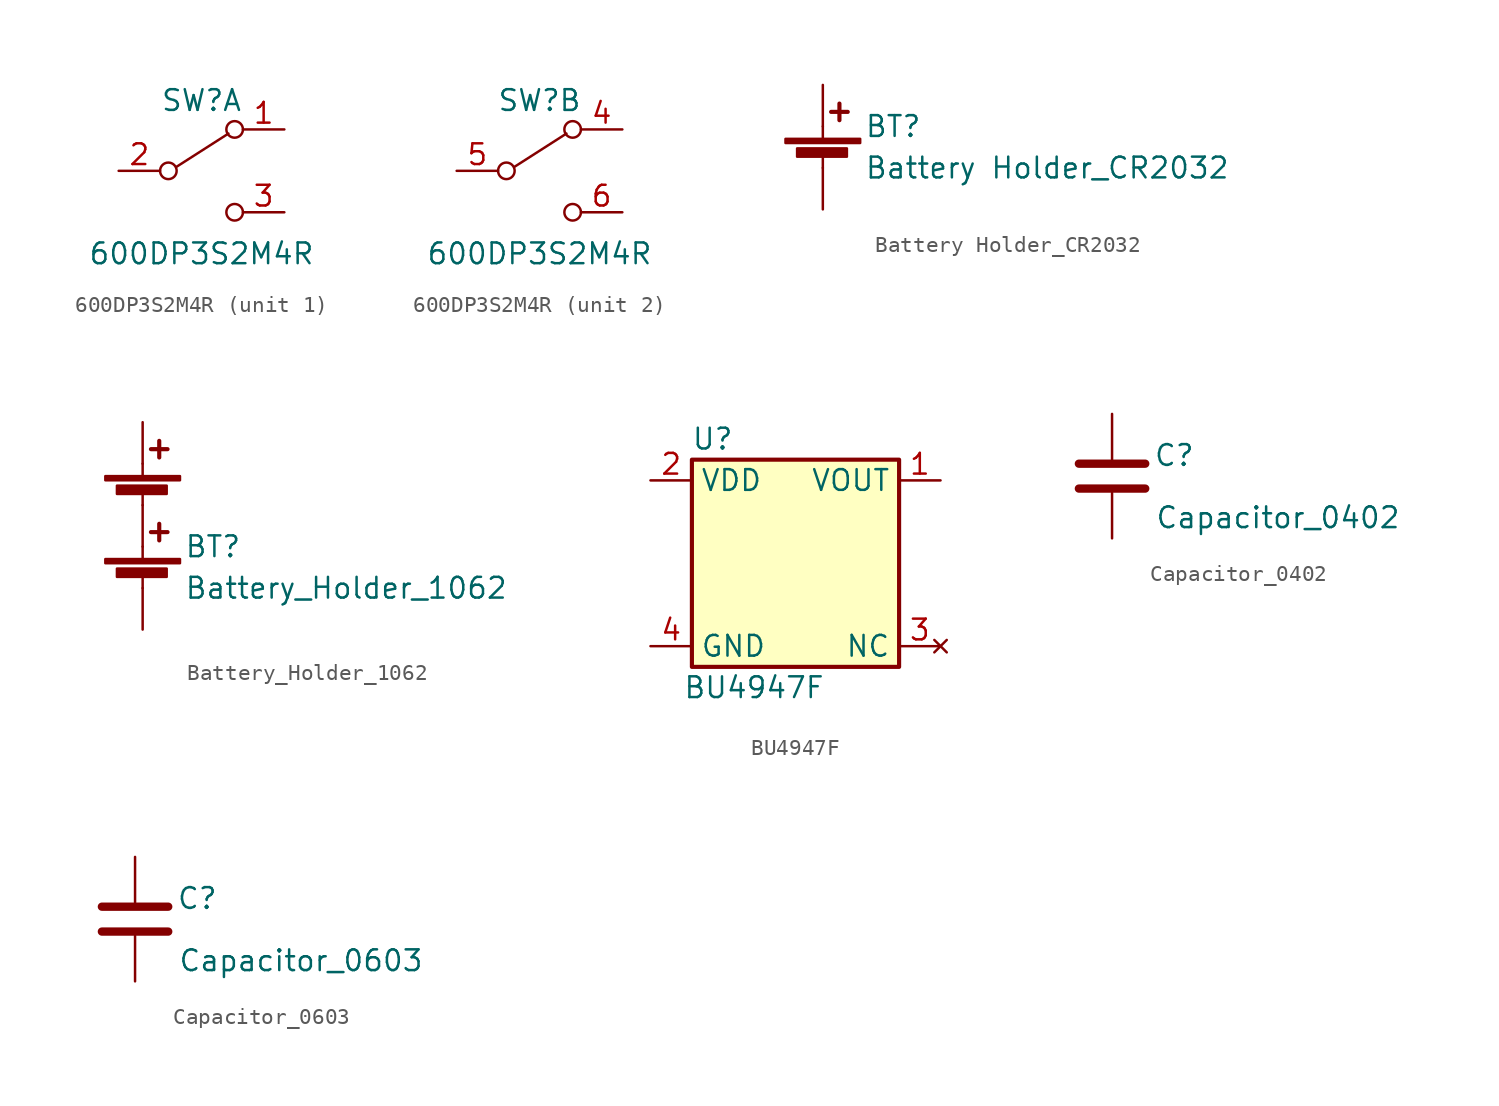
<source format=kicad_sym>
(kicad_symbol_lib
  (version 20210619)
  (generator kicad_symbol_editor)
  (symbol "PrecisionCurrentSource:600DP3S2M4R"
    (pin_names
      (offset 0) hide)
    (property "Reference" "SW"
      (at 0 4.318 0)
      (effects (font (size 1.27 1.27))))
    (property "Value" "600DP3S2M4R"
      (at 0 -5.08 0)
      (effects (font (size 1.27 1.27))))
    (symbol "600DP3S2M4R_0_0"
      (circle (center -2.032 0) (radius 0.508) (stroke (width 0)) (fill (type none)))
      (circle (center 2.032 -2.54) (radius 0.508) (stroke (width 0)) (fill (type none))))
    (symbol "600DP3S2M4R_0_1"
      (circle (center 2.032 2.54) (radius 0.508) (stroke (width 0)) (fill (type none)))
      (polyline (pts (xy -1.524 0.254) (xy 1.651 2.286)) (stroke (width 0)) (fill (type none))))
    (symbol "600DP3S2M4R_1_1"
      (pin passive line (at 5.08 2.54 180) (length 2.54) (name "A" (effects (font (size 1.27 1.27)))) (number "1" (effects (font (size 1.27 1.27)))))
      (pin passive line (at -5.08 0 0) (length 2.54) (name "B" (effects (font (size 1.27 1.27)))) (number "2" (effects (font (size 1.27 1.27)))))
      (pin passive line (at 5.08 -2.54 180) (length 2.54) (name "C" (effects (font (size 1.27 1.27)))) (number "3" (effects (font (size 1.27 1.27))))))
    (symbol "600DP3S2M4R_2_1"
      (pin passive line (at 5.08 2.54 180) (length 2.54) (name "A" (effects (font (size 1.27 1.27)))) (number "4" (effects (font (size 1.27 1.27)))))
      (pin passive line (at -5.08 0 0) (length 2.54) (name "B" (effects (font (size 1.27 1.27)))) (number "5" (effects (font (size 1.27 1.27)))))
      (pin passive line (at 5.08 -2.54 180) (length 2.54) (name "C" (effects (font (size 1.27 1.27)))) (number "6" (effects (font (size 1.27 1.27)))))))
  (symbol "PrecisionCurrentSource:Battery Holder_CR2032"
    (pin_numbers hide)
    (pin_names
      (offset 0) hide)
    (property "Reference" "BT"
      (at 2.54 2.54 0)
      (effects (font (size 1.27 1.27)) (justify left)))
    (property "Value" "Battery Holder_CR2032"
      (at 2.54 0 0)
      (effects (font (size 1.27 1.27)) (justify left)))
    (symbol "Battery Holder_CR2032_0_1"
      (rectangle (start -2.286 1.778) (end 2.286 1.524) (stroke (width 0)) (fill (type outline)))
      (rectangle (start -1.575 1.194) (end 1.473 0.686) (stroke (width 0)) (fill (type outline)))
      (polyline (pts (xy 0 0.762) (xy 0 0)) (stroke (width 0)) (fill (type none)))
      (polyline (pts (xy 0 1.778) (xy 0 2.54)) (stroke (width 0)) (fill (type none)))
      (polyline (pts (xy 0.508 3.429) (xy 1.524 3.429)) (stroke (width 0.254)) (fill (type none)))
      (polyline (pts (xy 1.016 3.937) (xy 1.016 2.921)) (stroke (width 0.254)) (fill (type none))))
    (symbol "Battery Holder_CR2032_1_1"
      (pin passive line (at 0 5.08 270) (length 2.54) (name "+" (effects (font (size 1.27 1.27)))) (number "1" (effects (font (size 1.27 1.27)))))
      (pin passive line (at 0 -2.54 90) (length 2.54) (name "-" (effects (font (size 1.27 1.27)))) (number "2" (effects (font (size 1.27 1.27)))))))
  (symbol "PrecisionCurrentSource:Battery_Holder_1062"
    (pin_numbers hide)
    (pin_names
      (offset 0) hide)
    (property "Reference" "BT"
      (at 2.54 2.54 0)
      (effects (font (size 1.27 1.27)) (justify left)))
    (property "Value" "Battery_Holder_1062"
      (at 2.54 0 0)
      (effects (font (size 1.27 1.27)) (justify left)))
    (symbol "Battery_Holder_1062_0_1"
      (rectangle (start -2.286 1.778) (end 2.286 1.524) (stroke (width 0)) (fill (type outline)))
      (rectangle (start -2.286 6.858) (end 2.286 6.604) (stroke (width 0)) (fill (type outline)))
      (rectangle (start -1.575 1.194) (end 1.473 0.686) (stroke (width 0)) (fill (type outline)))
      (rectangle (start -1.575 6.274) (end 1.473 5.766) (stroke (width 0)) (fill (type outline)))
      (polyline (pts (xy 0 0.762) (xy 0 0)) (stroke (width 0)) (fill (type none)))
      (polyline (pts (xy 0 1.778) (xy 0 2.54)) (stroke (width 0)) (fill (type none)))
      (polyline (pts (xy 0 5.08) (xy 0 2.54)) (stroke (width 0.152)) (fill (type none)))
      (polyline (pts (xy 0 5.842) (xy 0 5.08)) (stroke (width 0)) (fill (type none)))
      (polyline (pts (xy 0 6.858) (xy 0 7.62)) (stroke (width 0)) (fill (type none)))
      (polyline (pts (xy 0.508 3.429) (xy 1.524 3.429)) (stroke (width 0.254)) (fill (type none)))
      (polyline (pts (xy 0.508 8.509) (xy 1.524 8.509)) (stroke (width 0.254)) (fill (type none)))
      (polyline (pts (xy 1.016 3.937) (xy 1.016 2.921)) (stroke (width 0.254)) (fill (type none)))
      (polyline (pts (xy 1.016 9.017) (xy 1.016 8.001)) (stroke (width 0.254)) (fill (type none))))
    (symbol "Battery_Holder_1062_1_1"
      (pin passive line (at 0 10.16 270) (length 2.54) (name "+" (effects (font (size 1.27 1.27)))) (number "1" (effects (font (size 1.27 1.27)))))
      (pin passive line (at 0 -2.54 90) (length 2.54) (name "-" (effects (font (size 1.27 1.27)))) (number "2" (effects (font (size 1.27 1.27)))))))
  (symbol "PrecisionCurrentSource:BU4947F"
    (property "Reference" "U"
      (at 1.27 13.97 0)
      (effects (font (size 1.27 1.27))))
    (property "Value" "BU4947F"
      (at 3.81 -1.27 0)
      (effects (font (size 1.27 1.27))))
    (symbol "BU4947F_0_0"
      (pin output line (at 15.24 11.43 180) (length 2.54) (name "VOUT" (effects (font (size 1.27 1.27)))) (number "1" (effects (font (size 1.27 1.27)))))
      (pin power_in line (at -2.54 11.43 0) (length 2.54) (name "VDD" (effects (font (size 1.27 1.27)))) (number "2" (effects (font (size 1.27 1.27)))))
      (pin no_connect line (at 15.24 1.27 180) (length 2.54) (name "NC" (effects (font (size 1.27 1.27)))) (number "3" (effects (font (size 1.27 1.27)))))
      (pin power_in line (at -2.54 1.27 0) (length 2.54) (name "GND" (effects (font (size 1.27 1.27)))) (number "4" (effects (font (size 1.27 1.27))))))
    (symbol "BU4947F_0_1"
      (rectangle (start 0 12.7) (end 12.7 0) (stroke (width 0.254)) (fill (type background)))))
  (symbol "PrecisionCurrentSource:Capacitor_0402"
    (pin_numbers hide)
    (pin_names hide)
    (property "Reference" "C"
      (at 3.81 1.27 0)
      (effects (font (size 1.27 1.27))))
    (property "Value" "Capacitor_0402"
      (at 10.16 -2.54 0)
      (effects (font (size 1.27 1.27))))
    (symbol "Capacitor_0402_0_1"
      (polyline (pts (xy -2.032 -0.762) (xy 2.032 -0.762)) (stroke (width 0.508)) (fill (type none)))
      (polyline (pts (xy -2.032 0.762) (xy 2.032 0.762)) (stroke (width 0.508)) (fill (type none))))
    (symbol "Capacitor_0402_1_1"
      (pin passive line (at 0 3.81 270) (length 2.794) (name "~" (effects (font (size 1.27 1.27)))) (number "1" (effects (font (size 1.27 1.27)))))
      (pin passive line (at 0 -3.81 90) (length 2.794) (name "~" (effects (font (size 1.27 1.27)))) (number "2" (effects (font (size 1.27 1.27)))))))
  (symbol "PrecisionCurrentSource:Capacitor_0603"
    (pin_numbers hide)
    (pin_names hide)
    (property "Reference" "C"
      (at 3.81 1.27 0)
      (effects (font (size 1.27 1.27))))
    (property "Value" "Capacitor_0603"
      (at 10.16 -2.54 0)
      (effects (font (size 1.27 1.27))))
    (symbol "Capacitor_0603_0_1"
      (polyline (pts (xy -2.032 -0.762) (xy 2.032 -0.762)) (stroke (width 0.508)) (fill (type none)))
      (polyline (pts (xy -2.032 0.762) (xy 2.032 0.762)) (stroke (width 0.508)) (fill (type none))))
    (symbol "Capacitor_0603_1_1"
      (pin passive line (at 0 3.81 270) (length 2.794) (name "~" (effects (font (size 1.27 1.27)))) (number "1" (effects (font (size 1.27 1.27)))))
      (pin passive line (at 0 -3.81 90) (length 2.794) (name "~" (effects (font (size 1.27 1.27)))) (number "2" (effects (font (size 1.27 1.27))))))))
</source>
